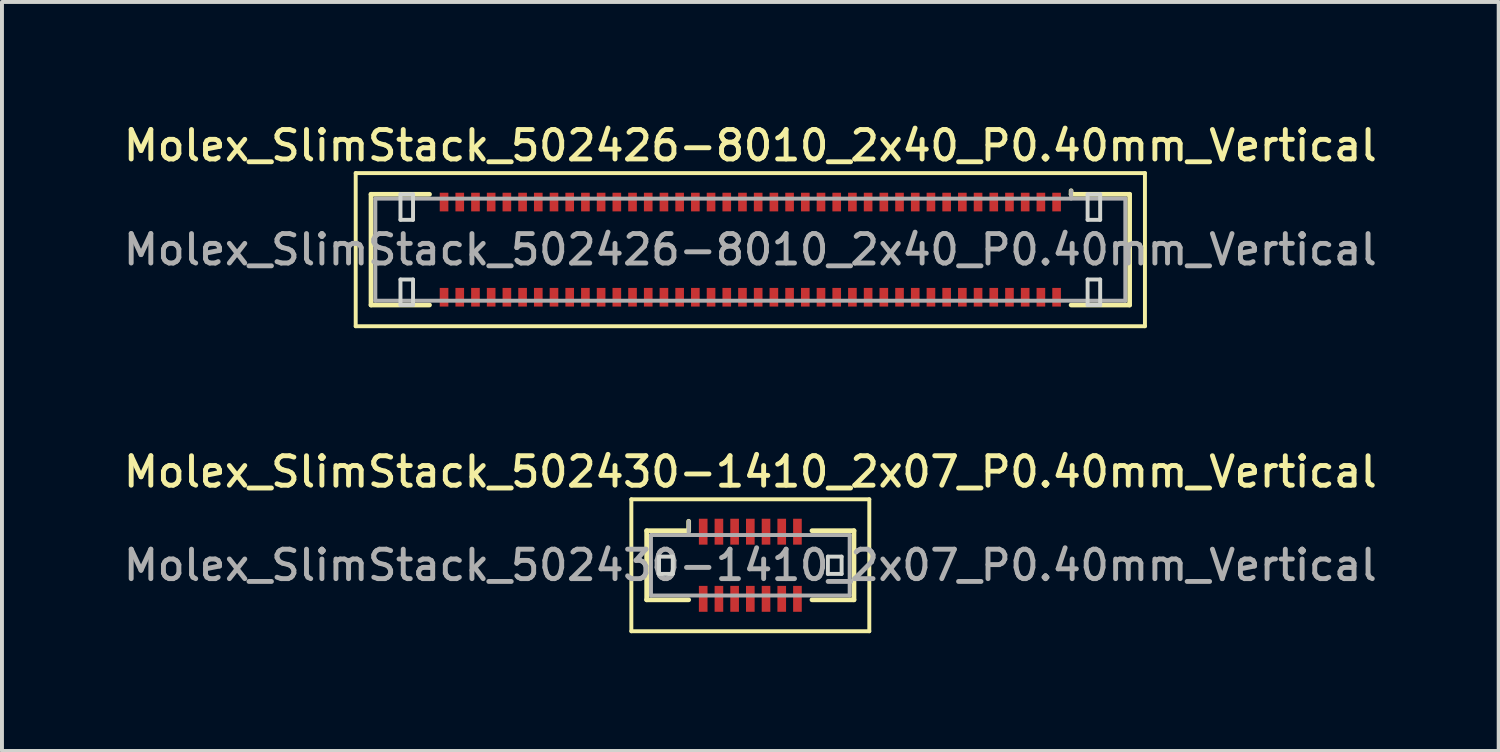
<source format=kicad_pcb>
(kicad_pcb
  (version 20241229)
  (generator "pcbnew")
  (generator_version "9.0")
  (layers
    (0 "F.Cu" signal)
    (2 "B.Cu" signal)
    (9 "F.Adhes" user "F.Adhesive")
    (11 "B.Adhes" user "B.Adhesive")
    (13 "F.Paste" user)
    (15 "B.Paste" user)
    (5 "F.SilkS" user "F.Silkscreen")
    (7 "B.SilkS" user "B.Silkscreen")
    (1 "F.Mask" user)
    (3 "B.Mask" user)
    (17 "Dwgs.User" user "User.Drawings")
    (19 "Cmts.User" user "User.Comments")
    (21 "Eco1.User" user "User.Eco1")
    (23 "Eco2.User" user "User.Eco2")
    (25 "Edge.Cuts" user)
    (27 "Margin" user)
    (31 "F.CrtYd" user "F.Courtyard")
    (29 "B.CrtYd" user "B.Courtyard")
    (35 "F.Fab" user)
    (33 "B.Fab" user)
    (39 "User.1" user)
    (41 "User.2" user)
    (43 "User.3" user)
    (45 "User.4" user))
  (footprint "Molex_SlimStack_502430-1410_2x07_P0.40mm_Vertical"
    (layer "F.Cu")
    (at 16.059 11.346)
    (property "Reference" "Molex_SlimStack_502430-1410_2x07_P0.40mm_Vertical" (at 0 -2.38 0) (layer "F.SilkS") (effects (font (size 0.75 0.75) (thickness 0.125))))
    (attr smd)
    (fp_line (start -3.03 -1.68) (end -3.03 1.68) (stroke (width 0.1) (type solid)) (layer "F.SilkS"))
    (fp_line (start -3.03 1.68) (end 3.03 1.68) (stroke (width 0.1) (type solid)) (layer "F.SilkS"))
    (fp_line (start -2.64 -0.88) (end -1.57 -0.88) (stroke (width 0.12) (type solid)) (layer "F.SilkS"))
    (fp_line (start -2.64 0.88) (end -2.64 -0.88) (stroke (width 0.12) (type solid)) (layer "F.SilkS"))
    (fp_line (start -1.57 -0.88) (end -1.57 -1.12) (stroke (width 0.12) (type solid)) (layer "F.SilkS"))
    (fp_line (start -1.57 0.88) (end -2.64 0.88) (stroke (width 0.12) (type solid)) (layer "F.SilkS"))
    (fp_line (start 1.57 0.88) (end 2.64 0.88) (stroke (width 0.12) (type solid)) (layer "F.SilkS"))
    (fp_line (start 2.64 -0.88) (end 1.57 -0.88) (stroke (width 0.12) (type solid)) (layer "F.SilkS"))
    (fp_line (start 2.64 0.88) (end 2.64 -0.88) (stroke (width 0.12) (type solid)) (layer "F.SilkS"))
    (fp_line (start 3.03 -1.68) (end -3.03 -1.68) (stroke (width 0.1) (type solid)) (layer "F.SilkS"))
    (fp_line (start 3.03 1.68) (end 3.03 -1.68) (stroke (width 0.1) (type solid)) (layer "F.SilkS"))
    (fp_line (start -2.325 -0.22) (end -2.325 0.22) (stroke (width 0.1) (type solid)) (layer "Edge.Cuts"))
    (fp_line (start -2.325 0.22) (end -1.975 0.22) (stroke (width 0.1) (type solid)) (layer "Edge.Cuts"))
    (fp_line (start -1.975 -0.22) (end -2.325 -0.22) (stroke (width 0.1) (type solid)) (layer "Edge.Cuts"))
    (fp_line (start -1.975 0.22) (end -1.975 -0.22) (stroke (width 0.1) (type solid)) (layer "Edge.Cuts"))
    (fp_line (start 1.975 -0.22) (end 1.975 0.22) (stroke (width 0.1) (type solid)) (layer "Edge.Cuts"))
    (fp_line (start 1.975 0.22) (end 2.325 0.22) (stroke (width 0.1) (type solid)) (layer "Edge.Cuts"))
    (fp_line (start 2.325 -0.22) (end 1.975 -0.22) (stroke (width 0.1) (type solid)) (layer "Edge.Cuts"))
    (fp_line (start 2.325 0.22) (end 2.325 -0.22) (stroke (width 0.1) (type solid)) (layer "Edge.Cuts"))
    (fp_line (start -2.53 -0.77) (end -2.53 0.77) (stroke (width 0.1) (type solid)) (layer "F.Fab"))
    (fp_line (start -2.53 0.77) (end 2.53 0.77) (stroke (width 0.1) (type solid)) (layer "F.Fab"))
    (fp_line (start -1.57 -0.77) (end -1.57 -1.12) (stroke (width 0.1) (type solid)) (layer "F.Fab"))
    (fp_line (start 2.53 -0.77) (end -2.53 -0.77) (stroke (width 0.1) (type solid)) (layer "F.Fab"))
    (fp_line (start 2.53 0.77) (end 2.53 -0.77) (stroke (width 0.1) (type solid)) (layer "F.Fab"))
    (fp_text user "${REFERENCE}" (at 0 0 0) (layer "F.Fab") (effects (font (size 0.75 0.75) (thickness 0.125))))
    (pad "1" smd rect (at -1.2 -0.855) (size 0.22 0.66) (layers "F.Cu" "F.Mask" "F.Paste"))
    (pad "2" smd rect (at -1.2 0.855) (size 0.22 0.66) (layers "F.Cu" "F.Mask" "F.Paste"))
    (pad "3" smd rect (at -0.8 -0.855) (size 0.22 0.66) (layers "F.Cu" "F.Mask" "F.Paste"))
    (pad "4" smd rect (at -0.8 0.855) (size 0.22 0.66) (layers "F.Cu" "F.Mask" "F.Paste"))
    (pad "5" smd rect (at -0.4 -0.855) (size 0.22 0.66) (layers "F.Cu" "F.Mask" "F.Paste"))
    (pad "6" smd rect (at -0.4 0.855) (size 0.22 0.66) (layers "F.Cu" "F.Mask" "F.Paste"))
    (pad "7" smd rect (at 0 -0.855) (size 0.22 0.66) (layers "F.Cu" "F.Mask" "F.Paste"))
    (pad "8" smd rect (at 0 0.855) (size 0.22 0.66) (layers "F.Cu" "F.Mask" "F.Paste"))
    (pad "9" smd rect (at 0.4 -0.855) (size 0.22 0.66) (layers "F.Cu" "F.Mask" "F.Paste"))
    (pad "10" smd rect (at 0.4 0.855) (size 0.22 0.66) (layers "F.Cu" "F.Mask" "F.Paste"))
    (pad "11" smd rect (at 0.8 -0.855) (size 0.22 0.66) (layers "F.Cu" "F.Mask" "F.Paste"))
    (pad "12" smd rect (at 0.8 0.855) (size 0.22 0.66) (layers "F.Cu" "F.Mask" "F.Paste"))
    (pad "13" smd rect (at 1.2 -0.855) (size 0.22 0.66) (layers "F.Cu" "F.Mask" "F.Paste"))
    (pad "14" smd rect (at 1.2 0.855) (size 0.22 0.66) (layers "F.Cu" "F.Mask" "F.Paste")))
  (footprint "Molex_SlimStack_502426-8010_2x40_P0.40mm_Vertical"
    (layer "F.Cu")
    (at 16.059 3.308)
    (property "Reference" "Molex_SlimStack_502426-8010_2x40_P0.40mm_Vertical" (at 0 -2.65 0) (layer "F.SilkS") (effects (font (size 0.75 0.75) (thickness 0.125))))
    (attr smd)
    (fp_line (start -10.05 -1.95) (end -10.05 1.95) (stroke (width 0.1) (type solid)) (layer "F.SilkS"))
    (fp_line (start -10.05 1.95) (end 10.05 1.95) (stroke (width 0.1) (type solid)) (layer "F.SilkS"))
    (fp_line (start -9.66 -1.41) (end -8.17 -1.41) (stroke (width 0.12) (type solid)) (layer "F.SilkS"))
    (fp_line (start -9.66 1.41) (end -9.66 -1.41) (stroke (width 0.12) (type solid)) (layer "F.SilkS"))
    (fp_line (start -8.17 1.41) (end -9.66 1.41) (stroke (width 0.12) (type solid)) (layer "F.SilkS"))
    (fp_line (start 8.17 -1.41) (end 8.17 -1.5) (stroke (width 0.12) (type solid)) (layer "F.SilkS"))
    (fp_line (start 8.17 1.41) (end 9.66 1.41) (stroke (width 0.12) (type solid)) (layer "F.SilkS"))
    (fp_line (start 9.66 -1.41) (end 8.17 -1.41) (stroke (width 0.12) (type solid)) (layer "F.SilkS"))
    (fp_line (start 9.66 1.41) (end 9.66 -1.41) (stroke (width 0.12) (type solid)) (layer "F.SilkS"))
    (fp_line (start 10.05 -1.95) (end -10.05 -1.95) (stroke (width 0.1) (type solid)) (layer "F.SilkS"))
    (fp_line (start 10.05 1.95) (end 10.05 -1.95) (stroke (width 0.1) (type solid)) (layer "F.SilkS"))
    (fp_line (start -8.91 -1.41) (end -8.91 -0.76) (stroke (width 0.1) (type solid)) (layer "Edge.Cuts"))
    (fp_line (start -8.91 -0.76) (end -8.59 -0.76) (stroke (width 0.1) (type solid)) (layer "Edge.Cuts"))
    (fp_line (start -8.91 0.76) (end -8.91 1.41) (stroke (width 0.1) (type solid)) (layer "Edge.Cuts"))
    (fp_line (start -8.91 1.41) (end -8.59 1.41) (stroke (width 0.1) (type solid)) (layer "Edge.Cuts"))
    (fp_line (start -8.59 -1.41) (end -8.91 -1.41) (stroke (width 0.1) (type solid)) (layer "Edge.Cuts"))
    (fp_line (start -8.59 -0.76) (end -8.59 -1.41) (stroke (width 0.1) (type solid)) (layer "Edge.Cuts"))
    (fp_line (start -8.59 0.76) (end -8.91 0.76) (stroke (width 0.1) (type solid)) (layer "Edge.Cuts"))
    (fp_line (start -8.59 1.41) (end -8.59 0.76) (stroke (width 0.1) (type solid)) (layer "Edge.Cuts"))
    (fp_line (start 8.59 -1.41) (end 8.59 -0.76) (stroke (width 0.1) (type solid)) (layer "Edge.Cuts"))
    (fp_line (start 8.59 -0.76) (end 8.91 -0.76) (stroke (width 0.1) (type solid)) (layer "Edge.Cuts"))
    (fp_line (start 8.59 0.76) (end 8.59 1.41) (stroke (width 0.1) (type solid)) (layer "Edge.Cuts"))
    (fp_line (start 8.59 1.41) (end 8.91 1.41) (stroke (width 0.1) (type solid)) (layer "Edge.Cuts"))
    (fp_line (start 8.91 -1.41) (end 8.59 -1.41) (stroke (width 0.1) (type solid)) (layer "Edge.Cuts"))
    (fp_line (start 8.91 -0.76) (end 8.91 -1.41) (stroke (width 0.1) (type solid)) (layer "Edge.Cuts"))
    (fp_line (start 8.91 0.76) (end 8.59 0.76) (stroke (width 0.1) (type solid)) (layer "Edge.Cuts"))
    (fp_line (start 8.91 1.41) (end 8.91 0.76) (stroke (width 0.1) (type solid)) (layer "Edge.Cuts"))
    (fp_line (start -9.55 -1.3) (end -9.55 1.3) (stroke (width 0.1) (type solid)) (layer "F.Fab"))
    (fp_line (start -9.55 1.3) (end 9.55 1.3) (stroke (width 0.1) (type solid)) (layer "F.Fab"))
    (fp_line (start 8.17 -1.3) (end 8.17 -1.5) (stroke (width 0.1) (type solid)) (layer "F.Fab"))
    (fp_line (start 9.55 -1.3) (end -9.55 -1.3) (stroke (width 0.1) (type solid)) (layer "F.Fab"))
    (fp_line (start 9.55 1.3) (end 9.55 -1.3) (stroke (width 0.1) (type solid)) (layer "F.Fab"))
    (fp_text user "${REFERENCE}" (at 0 0 0) (layer "F.Fab") (effects (font (size 0.75 0.75) (thickness 0.125))))
    (pad "1" smd rect (at 7.8 -1.212) (size 0.22 0.475) (layers "F.Cu" "F.Mask" "F.Paste"))
    (pad "2" smd rect (at 7.8 1.212) (size 0.22 0.475) (layers "F.Cu" "F.Mask" "F.Paste"))
    (pad "3" smd rect (at 7.4 -1.212) (size 0.22 0.475) (layers "F.Cu" "F.Mask" "F.Paste"))
    (pad "4" smd rect (at 7.4 1.212) (size 0.22 0.475) (layers "F.Cu" "F.Mask" "F.Paste"))
    (pad "5" smd rect (at 7 -1.212) (size 0.22 0.475) (layers "F.Cu" "F.Mask" "F.Paste"))
    (pad "6" smd rect (at 7 1.212) (size 0.22 0.475) (layers "F.Cu" "F.Mask" "F.Paste"))
    (pad "7" smd rect (at 6.6 -1.212) (size 0.22 0.475) (layers "F.Cu" "F.Mask" "F.Paste"))
    (pad "8" smd rect (at 6.6 1.212) (size 0.22 0.475) (layers "F.Cu" "F.Mask" "F.Paste"))
    (pad "9" smd rect (at 6.2 -1.212) (size 0.22 0.475) (layers "F.Cu" "F.Mask" "F.Paste"))
    (pad "10" smd rect (at 6.2 1.212) (size 0.22 0.475) (layers "F.Cu" "F.Mask" "F.Paste"))
    (pad "11" smd rect (at 5.8 -1.212) (size 0.22 0.475) (layers "F.Cu" "F.Mask" "F.Paste"))
    (pad "12" smd rect (at 5.8 1.212) (size 0.22 0.475) (layers "F.Cu" "F.Mask" "F.Paste"))
    (pad "13" smd rect (at 5.4 -1.212) (size 0.22 0.475) (layers "F.Cu" "F.Mask" "F.Paste"))
    (pad "14" smd rect (at 5.4 1.212) (size 0.22 0.475) (layers "F.Cu" "F.Mask" "F.Paste"))
    (pad "15" smd rect (at 5 -1.212) (size 0.22 0.475) (layers "F.Cu" "F.Mask" "F.Paste"))
    (pad "16" smd rect (at 5 1.212) (size 0.22 0.475) (layers "F.Cu" "F.Mask" "F.Paste"))
    (pad "17" smd rect (at 4.6 -1.212) (size 0.22 0.475) (layers "F.Cu" "F.Mask" "F.Paste"))
    (pad "18" smd rect (at 4.6 1.212) (size 0.22 0.475) (layers "F.Cu" "F.Mask" "F.Paste"))
    (pad "19" smd rect (at 4.2 -1.212) (size 0.22 0.475) (layers "F.Cu" "F.Mask" "F.Paste"))
    (pad "20" smd rect (at 4.2 1.212) (size 0.22 0.475) (layers "F.Cu" "F.Mask" "F.Paste"))
    (pad "21" smd rect (at 3.8 -1.212) (size 0.22 0.475) (layers "F.Cu" "F.Mask" "F.Paste"))
    (pad "22" smd rect (at 3.8 1.212) (size 0.22 0.475) (layers "F.Cu" "F.Mask" "F.Paste"))
    (pad "23" smd rect (at 3.4 -1.212) (size 0.22 0.475) (layers "F.Cu" "F.Mask" "F.Paste"))
    (pad "24" smd rect (at 3.4 1.212) (size 0.22 0.475) (layers "F.Cu" "F.Mask" "F.Paste"))
    (pad "25" smd rect (at 3 -1.212) (size 0.22 0.475) (layers "F.Cu" "F.Mask" "F.Paste"))
    (pad "26" smd rect (at 3 1.212) (size 0.22 0.475) (layers "F.Cu" "F.Mask" "F.Paste"))
    (pad "27" smd rect (at 2.6 -1.212) (size 0.22 0.475) (layers "F.Cu" "F.Mask" "F.Paste"))
    (pad "28" smd rect (at 2.6 1.212) (size 0.22 0.475) (layers "F.Cu" "F.Mask" "F.Paste"))
    (pad "29" smd rect (at 2.2 -1.212) (size 0.22 0.475) (layers "F.Cu" "F.Mask" "F.Paste"))
    (pad "30" smd rect (at 2.2 1.212) (size 0.22 0.475) (layers "F.Cu" "F.Mask" "F.Paste"))
    (pad "31" smd rect (at 1.8 -1.212) (size 0.22 0.475) (layers "F.Cu" "F.Mask" "F.Paste"))
    (pad "32" smd rect (at 1.8 1.212) (size 0.22 0.475) (layers "F.Cu" "F.Mask" "F.Paste"))
    (pad "33" smd rect (at 1.4 -1.212) (size 0.22 0.475) (layers "F.Cu" "F.Mask" "F.Paste"))
    (pad "34" smd rect (at 1.4 1.212) (size 0.22 0.475) (layers "F.Cu" "F.Mask" "F.Paste"))
    (pad "35" smd rect (at 1 -1.212) (size 0.22 0.475) (layers "F.Cu" "F.Mask" "F.Paste"))
    (pad "36" smd rect (at 1 1.212) (size 0.22 0.475) (layers "F.Cu" "F.Mask" "F.Paste"))
    (pad "37" smd rect (at 0.6 -1.212) (size 0.22 0.475) (layers "F.Cu" "F.Mask" "F.Paste"))
    (pad "38" smd rect (at 0.6 1.212) (size 0.22 0.475) (layers "F.Cu" "F.Mask" "F.Paste"))
    (pad "39" smd rect (at 0.2 -1.212) (size 0.22 0.475) (layers "F.Cu" "F.Mask" "F.Paste"))
    (pad "40" smd rect (at 0.2 1.212) (size 0.22 0.475) (layers "F.Cu" "F.Mask" "F.Paste"))
    (pad "41" smd rect (at -0.2 -1.212) (size 0.22 0.475) (layers "F.Cu" "F.Mask" "F.Paste"))
    (pad "42" smd rect (at -0.2 1.212) (size 0.22 0.475) (layers "F.Cu" "F.Mask" "F.Paste"))
    (pad "43" smd rect (at -0.6 -1.212) (size 0.22 0.475) (layers "F.Cu" "F.Mask" "F.Paste"))
    (pad "44" smd rect (at -0.6 1.212) (size 0.22 0.475) (layers "F.Cu" "F.Mask" "F.Paste"))
    (pad "45" smd rect (at -1 -1.212) (size 0.22 0.475) (layers "F.Cu" "F.Mask" "F.Paste"))
    (pad "46" smd rect (at -1 1.212) (size 0.22 0.475) (layers "F.Cu" "F.Mask" "F.Paste"))
    (pad "47" smd rect (at -1.4 -1.212) (size 0.22 0.475) (layers "F.Cu" "F.Mask" "F.Paste"))
    (pad "48" smd rect (at -1.4 1.212) (size 0.22 0.475) (layers "F.Cu" "F.Mask" "F.Paste"))
    (pad "49" smd rect (at -1.8 -1.212) (size 0.22 0.475) (layers "F.Cu" "F.Mask" "F.Paste"))
    (pad "50" smd rect (at -1.8 1.212) (size 0.22 0.475) (layers "F.Cu" "F.Mask" "F.Paste"))
    (pad "51" smd rect (at -2.2 -1.212) (size 0.22 0.475) (layers "F.Cu" "F.Mask" "F.Paste"))
    (pad "52" smd rect (at -2.2 1.212) (size 0.22 0.475) (layers "F.Cu" "F.Mask" "F.Paste"))
    (pad "53" smd rect (at -2.6 -1.212) (size 0.22 0.475) (layers "F.Cu" "F.Mask" "F.Paste"))
    (pad "54" smd rect (at -2.6 1.212) (size 0.22 0.475) (layers "F.Cu" "F.Mask" "F.Paste"))
    (pad "55" smd rect (at -3 -1.212) (size 0.22 0.475) (layers "F.Cu" "F.Mask" "F.Paste"))
    (pad "56" smd rect (at -3 1.212) (size 0.22 0.475) (layers "F.Cu" "F.Mask" "F.Paste"))
    (pad "57" smd rect (at -3.4 -1.212) (size 0.22 0.475) (layers "F.Cu" "F.Mask" "F.Paste"))
    (pad "58" smd rect (at -3.4 1.212) (size 0.22 0.475) (layers "F.Cu" "F.Mask" "F.Paste"))
    (pad "59" smd rect (at -3.8 -1.212) (size 0.22 0.475) (layers "F.Cu" "F.Mask" "F.Paste"))
    (pad "60" smd rect (at -3.8 1.212) (size 0.22 0.475) (layers "F.Cu" "F.Mask" "F.Paste"))
    (pad "61" smd rect (at -4.2 -1.212) (size 0.22 0.475) (layers "F.Cu" "F.Mask" "F.Paste"))
    (pad "62" smd rect (at -4.2 1.212) (size 0.22 0.475) (layers "F.Cu" "F.Mask" "F.Paste"))
    (pad "63" smd rect (at -4.6 -1.212) (size 0.22 0.475) (layers "F.Cu" "F.Mask" "F.Paste"))
    (pad "64" smd rect (at -4.6 1.212) (size 0.22 0.475) (layers "F.Cu" "F.Mask" "F.Paste"))
    (pad "65" smd rect (at -5 -1.212) (size 0.22 0.475) (layers "F.Cu" "F.Mask" "F.Paste"))
    (pad "66" smd rect (at -5 1.212) (size 0.22 0.475) (layers "F.Cu" "F.Mask" "F.Paste"))
    (pad "67" smd rect (at -5.4 -1.212) (size 0.22 0.475) (layers "F.Cu" "F.Mask" "F.Paste"))
    (pad "68" smd rect (at -5.4 1.212) (size 0.22 0.475) (layers "F.Cu" "F.Mask" "F.Paste"))
    (pad "69" smd rect (at -5.8 -1.212) (size 0.22 0.475) (layers "F.Cu" "F.Mask" "F.Paste"))
    (pad "70" smd rect (at -5.8 1.212) (size 0.22 0.475) (layers "F.Cu" "F.Mask" "F.Paste"))
    (pad "71" smd rect (at -6.2 -1.212) (size 0.22 0.475) (layers "F.Cu" "F.Mask" "F.Paste"))
    (pad "72" smd rect (at -6.2 1.212) (size 0.22 0.475) (layers "F.Cu" "F.Mask" "F.Paste"))
    (pad "73" smd rect (at -6.6 -1.212) (size 0.22 0.475) (layers "F.Cu" "F.Mask" "F.Paste"))
    (pad "74" smd rect (at -6.6 1.212) (size 0.22 0.475) (layers "F.Cu" "F.Mask" "F.Paste"))
    (pad "75" smd rect (at -7 -1.212) (size 0.22 0.475) (layers "F.Cu" "F.Mask" "F.Paste"))
    (pad "76" smd rect (at -7 1.212) (size 0.22 0.475) (layers "F.Cu" "F.Mask" "F.Paste"))
    (pad "77" smd rect (at -7.4 -1.212) (size 0.22 0.475) (layers "F.Cu" "F.Mask" "F.Paste"))
    (pad "78" smd rect (at -7.4 1.212) (size 0.22 0.475) (layers "F.Cu" "F.Mask" "F.Paste"))
    (pad "79" smd rect (at -7.8 -1.212) (size 0.22 0.475) (layers "F.Cu" "F.Mask" "F.Paste"))
    (pad "80" smd rect (at -7.8 1.212) (size 0.22 0.475) (layers "F.Cu" "F.Mask" "F.Paste")))
  (gr_rect
    (start -3 -3)
    (end 35.118 16.076)
    (stroke (width 0.1) (type default))
    (fill no)
    (layer "Edge.Cuts")))
</source>
